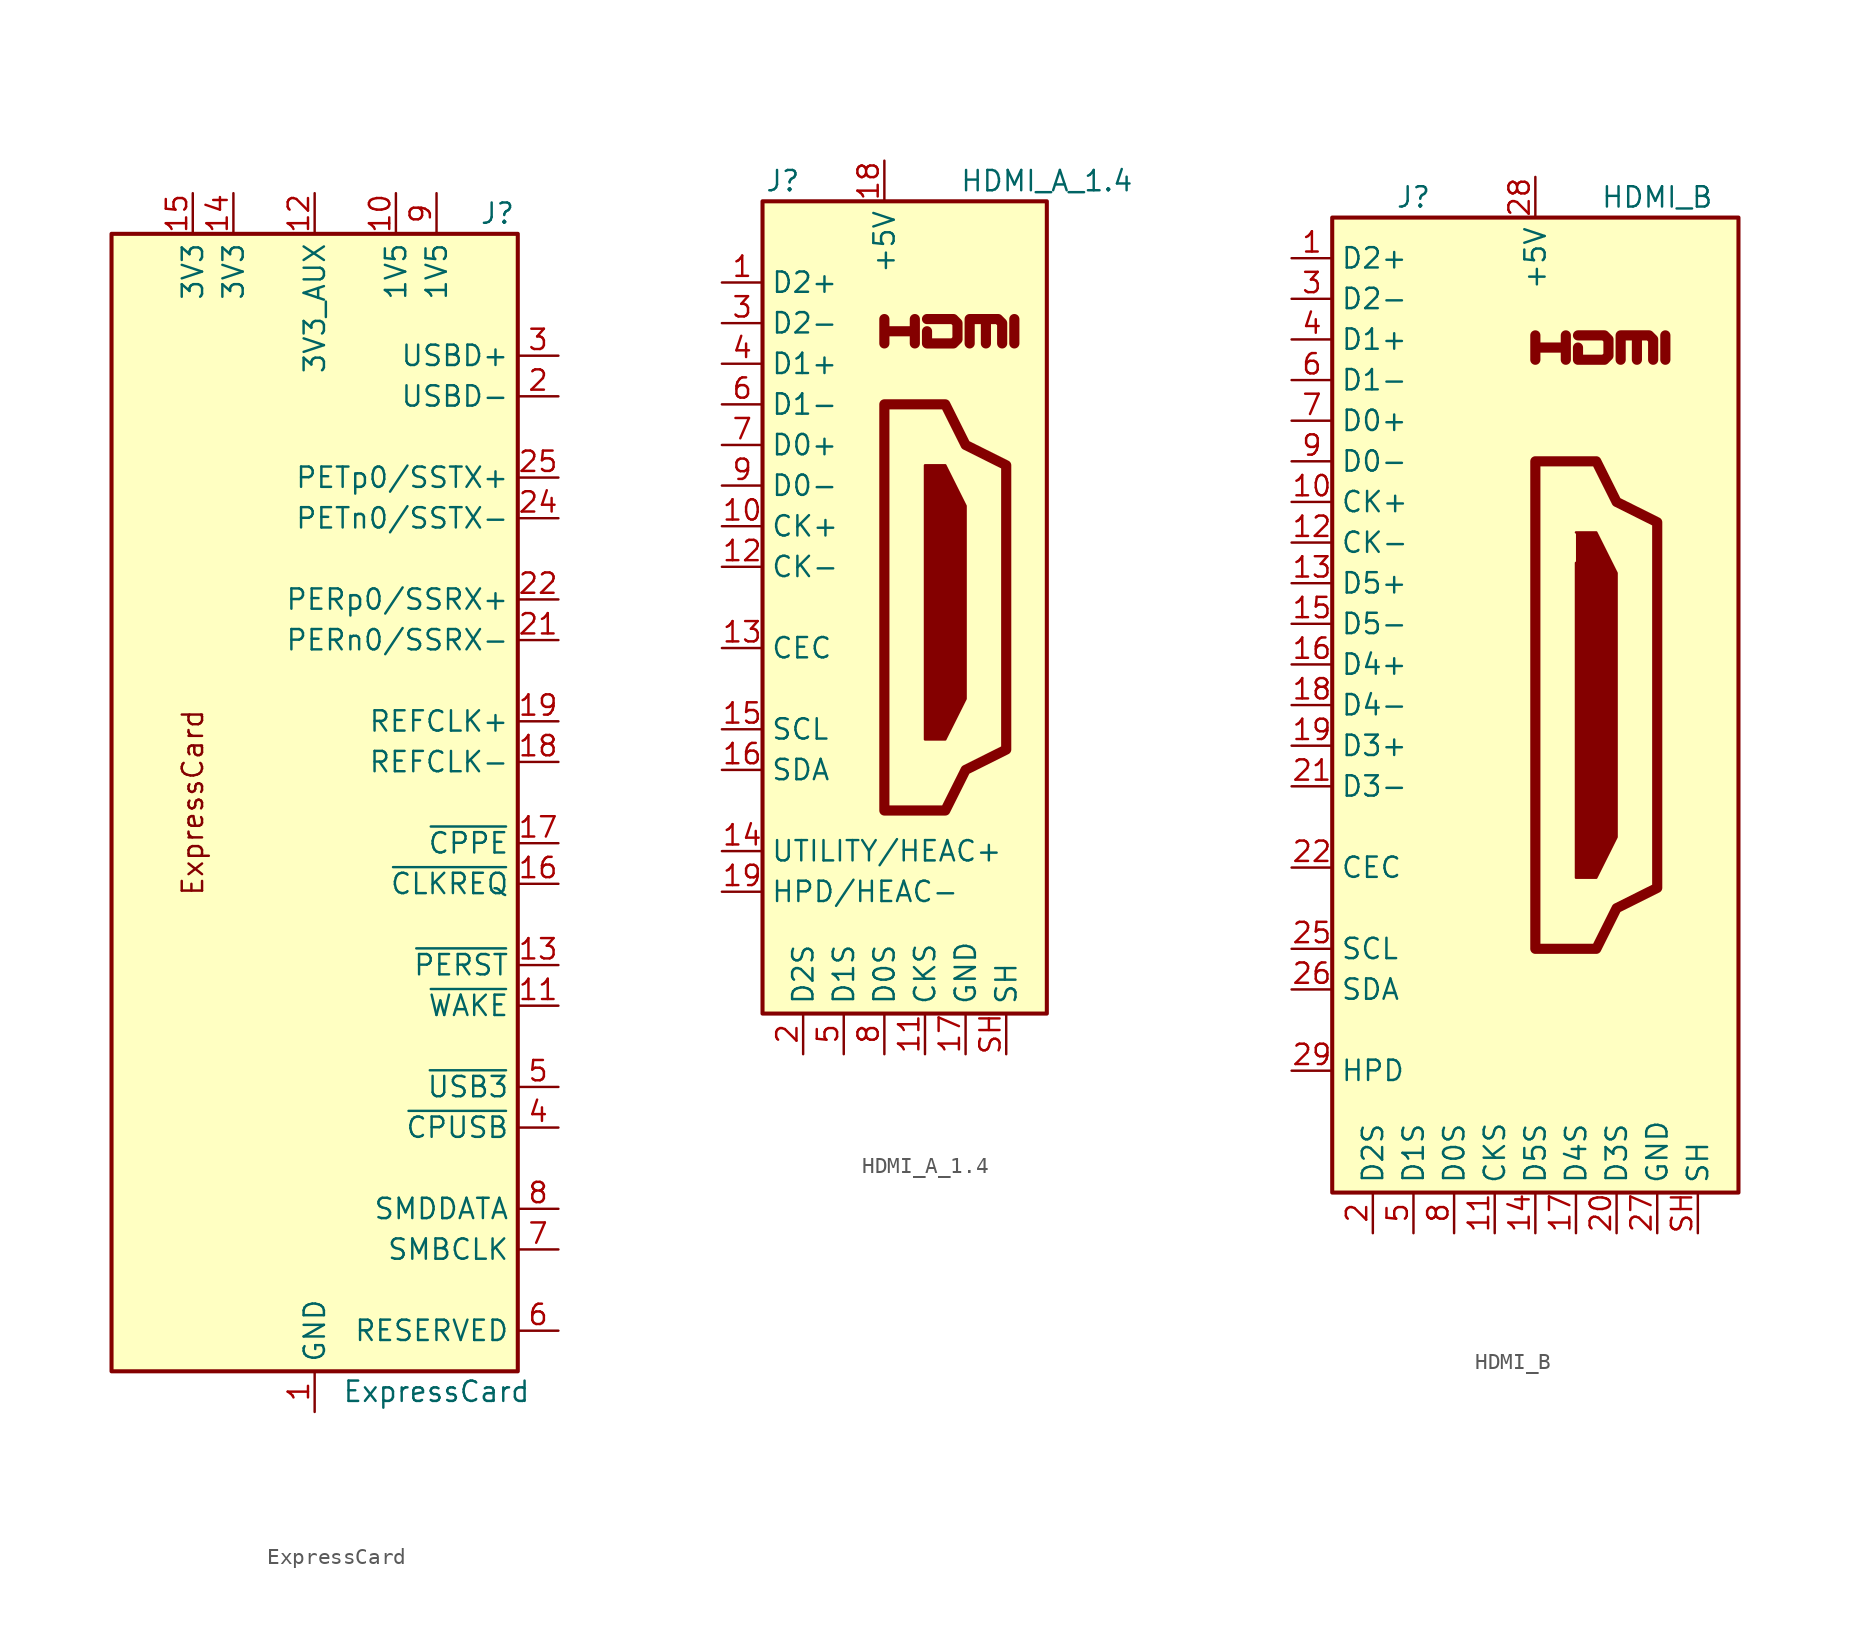
<source format=kicad_sym>
(kicad_symbol_lib
  (version 20241209)
  (generator "kicad_symbol_editor")
  (generator_version "9.0")
  (symbol "ExpressCard"
    (property "Reference" "J"
      (at 11.43 36.83 0)
      (effects (font (size 1.27 1.27))))
    (property "Value" "ExpressCard"
      (at 7.62 -36.83 0)
      (effects (font (size 1.27 1.27))))
    (symbol "ExpressCard_0_0"
      (text "ExpressCard" (at -7.62 0 900) (effects (font (size 1.27 1.27)))))
    (symbol "ExpressCard_0_1"
      (rectangle (start -12.7 35.56) (end 12.7 -35.56) (stroke (width 0.254) (type default)) (fill (type background))))
    (symbol "ExpressCard_1_1"
      (pin power_out line (at -7.62 38.1 270) (length 2.54) (name "3V3" (effects (font (size 1.27 1.27)))) (number "15" (effects (font (size 1.27 1.27)))))
      (pin power_out line (at -5.08 38.1 270) (length 2.54) (name "3V3" (effects (font (size 1.27 1.27)))) (number "14" (effects (font (size 1.27 1.27)))))
      (pin power_out line (at 0 38.1 270) (length 2.54) (name "3V3_AUX" (effects (font (size 1.27 1.27)))) (number "12" (effects (font (size 1.27 1.27)))))
      (pin power_out line (at 0 -38.1 90) (length 2.54) (name "GND" (effects (font (size 1.27 1.27)))) (number "1" (effects (font (size 1.27 1.27)))))
      (pin passive line (at 0 -38.1 90) (length 2.54) (hide yes) (name "GND" (effects (font (size 1.27 1.27)))) (number "20" (effects (font (size 1.27 1.27)))))
      (pin passive line (at 0 -38.1 90) (length 2.54) (hide yes) (name "GND" (effects (font (size 1.27 1.27)))) (number "23" (effects (font (size 1.27 1.27)))))
      (pin passive line (at 0 -38.1 90) (length 2.54) (hide yes) (name "GND" (effects (font (size 1.27 1.27)))) (number "26" (effects (font (size 1.27 1.27)))))
      (pin power_out line (at 5.08 38.1 270) (length 2.54) (name "1V5" (effects (font (size 1.27 1.27)))) (number "10" (effects (font (size 1.27 1.27)))))
      (pin power_out line (at 7.62 38.1 270) (length 2.54) (name "1V5" (effects (font (size 1.27 1.27)))) (number "9" (effects (font (size 1.27 1.27)))))
      (pin bidirectional line (at 15.24 27.94 180) (length 2.54) (name "USBD+" (effects (font (size 1.27 1.27)))) (number "3" (effects (font (size 1.27 1.27)))))
      (pin bidirectional line (at 15.24 25.4 180) (length 2.54) (name "USBD-" (effects (font (size 1.27 1.27)))) (number "2" (effects (font (size 1.27 1.27)))))
      (pin output line (at 15.24 20.32 180) (length 2.54) (name "PETp0/SSTX+" (effects (font (size 1.27 1.27)))) (number "25" (effects (font (size 1.27 1.27)))))
      (pin output line (at 15.24 17.78 180) (length 2.54) (name "PETn0/SSTX-" (effects (font (size 1.27 1.27)))) (number "24" (effects (font (size 1.27 1.27)))))
      (pin input line (at 15.24 12.7 180) (length 2.54) (name "PERp0/SSRX+" (effects (font (size 1.27 1.27)))) (number "22" (effects (font (size 1.27 1.27)))))
      (pin input line (at 15.24 10.16 180) (length 2.54) (name "PERn0/SSRX-" (effects (font (size 1.27 1.27)))) (number "21" (effects (font (size 1.27 1.27)))))
      (pin output line (at 15.24 5.08 180) (length 2.54) (name "REFCLK+" (effects (font (size 1.27 1.27)))) (number "19" (effects (font (size 1.27 1.27)))))
      (pin output line (at 15.24 2.54 180) (length 2.54) (name "REFCLK-" (effects (font (size 1.27 1.27)))) (number "18" (effects (font (size 1.27 1.27)))))
      (pin input line (at 15.24 -2.54 180) (length 2.54) (name "~{CPPE}" (effects (font (size 1.27 1.27)))) (number "17" (effects (font (size 1.27 1.27)))))
      (pin input line (at 15.24 -5.08 180) (length 2.54) (name "~{CLKREQ}" (effects (font (size 1.27 1.27)))) (number "16" (effects (font (size 1.27 1.27)))))
      (pin output line (at 15.24 -10.16 180) (length 2.54) (name "~{PERST}" (effects (font (size 1.27 1.27)))) (number "13" (effects (font (size 1.27 1.27)))))
      (pin input line (at 15.24 -12.7 180) (length 2.54) (name "~{WAKE}" (effects (font (size 1.27 1.27)))) (number "11" (effects (font (size 1.27 1.27)))))
      (pin bidirectional line (at 15.24 -17.78 180) (length 2.54) (name "~{USB3}" (effects (font (size 1.27 1.27)))) (number "5" (effects (font (size 1.27 1.27)))))
      (pin input line (at 15.24 -20.32 180) (length 2.54) (name "~{CPUSB}" (effects (font (size 1.27 1.27)))) (number "4" (effects (font (size 1.27 1.27)))))
      (pin bidirectional line (at 15.24 -25.4 180) (length 2.54) (name "SMDDATA" (effects (font (size 1.27 1.27)))) (number "8" (effects (font (size 1.27 1.27)))))
      (pin output line (at 15.24 -27.94 180) (length 2.54) (name "SMBCLK" (effects (font (size 1.27 1.27)))) (number "7" (effects (font (size 1.27 1.27)))))
      (pin passive line (at 15.24 -33.02 180) (length 2.54) (name "RESERVED" (effects (font (size 1.27 1.27)))) (number "6" (effects (font (size 1.27 1.27)))))))
  (symbol "HDMI_A_1.4"
    (property "Reference" "J"
      (at -6.35 26.67 0)
      (effects (font (size 1.27 1.27))))
    (property "Value" "HDMI_A_1.4"
      (at 10.16 26.67 0)
      (effects (font (size 1.27 1.27))))
    (symbol "HDMI_A_1.4_0_0"
      (polyline (pts (xy 0 16.51) (xy 0 18.034) (xy 0 17.272) (xy 1.905 17.272) (xy 1.905 18.034) (xy 1.905 16.51)) (stroke (width 0.635) (type default)) (fill (type none)))
      (polyline (pts (xy 2.667 18.034) (xy 4.318 18.034) (xy 4.572 17.78) (xy 4.572 16.764) (xy 4.318 16.51) (xy 2.667 16.51) (xy 2.667 17.272)) (stroke (width 0.635) (type default)) (fill (type none)))
      (polyline (pts (xy 8.128 16.51) (xy 8.128 18.034)) (stroke (width 0.635) (type default)) (fill (type none))))
    (symbol "HDMI_A_1.4_0_1"
      (rectangle (start -7.62 25.4) (end 10.16 -25.4) (stroke (width 0.254) (type default)) (fill (type background)))
      (polyline (pts (xy 0 12.7) (xy 0 -12.7) (xy 3.81 -12.7) (xy 5.08 -10.16) (xy 7.62 -8.89) (xy 7.62 8.89) (xy 5.08 10.16) (xy 3.81 12.7) (xy 0 12.7)) (stroke (width 0.635) (type default)) (fill (type none)))
      (polyline (pts (xy 2.54 8.89) (xy 3.81 8.89) (xy 5.08 6.35) (xy 5.08 -5.715) (xy 3.81 -8.255) (xy 2.54 -8.255) (xy 2.54 8.89)) (stroke (width 0) (type default)) (fill (type outline)))
      (polyline (pts (xy 5.334 16.51) (xy 5.334 18.034) (xy 6.35 18.034) (xy 6.35 16.51) (xy 6.35 18.034) (xy 7.112 18.034) (xy 7.366 17.78) (xy 7.366 16.51)) (stroke (width 0.635) (type default)) (fill (type none))))
    (symbol "HDMI_A_1.4_1_1"
      (pin passive line (at -10.16 20.32 0) (length 2.54) (name "D2+" (effects (font (size 1.27 1.27)))) (number "1" (effects (font (size 1.27 1.27)))))
      (pin passive line (at -10.16 17.78 0) (length 2.54) (name "D2-" (effects (font (size 1.27 1.27)))) (number "3" (effects (font (size 1.27 1.27)))))
      (pin passive line (at -10.16 15.24 0) (length 2.54) (name "D1+" (effects (font (size 1.27 1.27)))) (number "4" (effects (font (size 1.27 1.27)))))
      (pin passive line (at -10.16 12.7 0) (length 2.54) (name "D1-" (effects (font (size 1.27 1.27)))) (number "6" (effects (font (size 1.27 1.27)))))
      (pin passive line (at -10.16 10.16 0) (length 2.54) (name "D0+" (effects (font (size 1.27 1.27)))) (number "7" (effects (font (size 1.27 1.27)))))
      (pin passive line (at -10.16 7.62 0) (length 2.54) (name "D0-" (effects (font (size 1.27 1.27)))) (number "9" (effects (font (size 1.27 1.27)))))
      (pin passive line (at -10.16 5.08 0) (length 2.54) (name "CK+" (effects (font (size 1.27 1.27)))) (number "10" (effects (font (size 1.27 1.27)))))
      (pin passive line (at -10.16 2.54 0) (length 2.54) (name "CK-" (effects (font (size 1.27 1.27)))) (number "12" (effects (font (size 1.27 1.27)))))
      (pin bidirectional line (at -10.16 -2.54 0) (length 2.54) (name "CEC" (effects (font (size 1.27 1.27)))) (number "13" (effects (font (size 1.27 1.27)))))
      (pin passive line (at -10.16 -7.62 0) (length 2.54) (name "SCL" (effects (font (size 1.27 1.27)))) (number "15" (effects (font (size 1.27 1.27)))))
      (pin bidirectional line (at -10.16 -10.16 0) (length 2.54) (name "SDA" (effects (font (size 1.27 1.27)))) (number "16" (effects (font (size 1.27 1.27)))))
      (pin passive line (at -10.16 -15.24 0) (length 2.54) (name "UTILITY/HEAC+" (effects (font (size 1.27 1.27)))) (number "14" (effects (font (size 1.27 1.27)))))
      (pin passive line (at -10.16 -17.78 0) (length 2.54) (name "HPD/HEAC-" (effects (font (size 1.27 1.27)))) (number "19" (effects (font (size 1.27 1.27)))))
      (pin power_in line (at -5.08 -27.94 90) (length 2.54) (name "D2S" (effects (font (size 1.27 1.27)))) (number "2" (effects (font (size 1.27 1.27)))))
      (pin power_in line (at -2.54 -27.94 90) (length 2.54) (name "D1S" (effects (font (size 1.27 1.27)))) (number "5" (effects (font (size 1.27 1.27)))))
      (pin power_in line (at 0 27.94 270) (length 2.54) (name "+5V" (effects (font (size 1.27 1.27)))) (number "18" (effects (font (size 1.27 1.27)))))
      (pin power_in line (at 0 -27.94 90) (length 2.54) (name "D0S" (effects (font (size 1.27 1.27)))) (number "8" (effects (font (size 1.27 1.27)))))
      (pin power_in line (at 2.54 -27.94 90) (length 2.54) (name "CKS" (effects (font (size 1.27 1.27)))) (number "11" (effects (font (size 1.27 1.27)))))
      (pin power_in line (at 5.08 -27.94 90) (length 2.54) (name "GND" (effects (font (size 1.27 1.27)))) (number "17" (effects (font (size 1.27 1.27)))))
      (pin passive line (at 7.62 -27.94 90) (length 2.54) (name "SH" (effects (font (size 1.27 1.27)))) (number "SH" (effects (font (size 1.27 1.27)))))))
  (symbol "HDMI_B"
    (property "Reference" "J"
      (at -7.62 31.75 0)
      (effects (font (size 1.27 1.27))))
    (property "Value" "HDMI_B"
      (at 7.62 31.75 0)
      (effects (font (size 1.27 1.27))))
    (symbol "HDMI_B_0_0"
      (polyline (pts (xy 0 21.59) (xy 0 23.114) (xy 0 22.352) (xy 1.905 22.352) (xy 1.905 23.114) (xy 1.905 21.59)) (stroke (width 0.635) (type default)) (fill (type none)))
      (polyline (pts (xy 2.667 23.114) (xy 4.318 23.114) (xy 4.572 22.86) (xy 4.572 21.844) (xy 4.318 21.59) (xy 2.667 21.59) (xy 2.667 22.352)) (stroke (width 0.635) (type default)) (fill (type none)))
      (polyline (pts (xy 8.128 21.59) (xy 8.128 23.114)) (stroke (width 0.635) (type default)) (fill (type none))))
    (symbol "HDMI_B_0_1"
      (rectangle (start -12.7 30.48) (end 12.7 -30.48) (stroke (width 0.254) (type default)) (fill (type background)))
      (polyline (pts (xy 0 15.24) (xy 0 -15.24) (xy 3.81 -15.24) (xy 5.08 -12.7) (xy 7.62 -11.43) (xy 7.62 11.43) (xy 5.08 12.7) (xy 3.81 15.24) (xy 0 15.24)) (stroke (width 0.635) (type default)) (fill (type none)))
      (polyline (pts (xy 2.54 10.795) (xy 3.81 10.795) (xy 5.08 8.255) (xy 5.08 -8.255) (xy 3.81 -10.795) (xy 2.54 -10.795) (xy 2.54 8.89)) (stroke (width 0) (type default)) (fill (type outline)))
      (polyline (pts (xy 5.334 21.59) (xy 5.334 23.114) (xy 6.35 23.114) (xy 6.35 21.59) (xy 6.35 23.114) (xy 7.112 23.114) (xy 7.366 22.86) (xy 7.366 21.59)) (stroke (width 0.635) (type default)) (fill (type none))))
    (symbol "HDMI_B_1_1"
      (pin passive line (at -15.24 27.94 0) (length 2.54) (name "D2+" (effects (font (size 1.27 1.27)))) (number "1" (effects (font (size 1.27 1.27)))))
      (pin passive line (at -15.24 25.4 0) (length 2.54) (name "D2-" (effects (font (size 1.27 1.27)))) (number "3" (effects (font (size 1.27 1.27)))))
      (pin passive line (at -15.24 22.86 0) (length 2.54) (name "D1+" (effects (font (size 1.27 1.27)))) (number "4" (effects (font (size 1.27 1.27)))))
      (pin passive line (at -15.24 20.32 0) (length 2.54) (name "D1-" (effects (font (size 1.27 1.27)))) (number "6" (effects (font (size 1.27 1.27)))))
      (pin passive line (at -15.24 17.78 0) (length 2.54) (name "D0+" (effects (font (size 1.27 1.27)))) (number "7" (effects (font (size 1.27 1.27)))))
      (pin passive line (at -15.24 15.24 0) (length 2.54) (name "D0-" (effects (font (size 1.27 1.27)))) (number "9" (effects (font (size 1.27 1.27)))))
      (pin passive line (at -15.24 12.7 0) (length 2.54) (name "CK+" (effects (font (size 1.27 1.27)))) (number "10" (effects (font (size 1.27 1.27)))))
      (pin passive line (at -15.24 10.16 0) (length 2.54) (name "CK-" (effects (font (size 1.27 1.27)))) (number "12" (effects (font (size 1.27 1.27)))))
      (pin passive line (at -15.24 7.62 0) (length 2.54) (name "D5+" (effects (font (size 1.27 1.27)))) (number "13" (effects (font (size 1.27 1.27)))))
      (pin passive line (at -15.24 5.08 0) (length 2.54) (name "D5-" (effects (font (size 1.27 1.27)))) (number "15" (effects (font (size 1.27 1.27)))))
      (pin passive line (at -15.24 2.54 0) (length 2.54) (name "D4+" (effects (font (size 1.27 1.27)))) (number "16" (effects (font (size 1.27 1.27)))))
      (pin passive line (at -15.24 0 0) (length 2.54) (name "D4-" (effects (font (size 1.27 1.27)))) (number "18" (effects (font (size 1.27 1.27)))))
      (pin passive line (at -15.24 -2.54 0) (length 2.54) (name "D3+" (effects (font (size 1.27 1.27)))) (number "19" (effects (font (size 1.27 1.27)))))
      (pin passive line (at -15.24 -5.08 0) (length 2.54) (name "D3-" (effects (font (size 1.27 1.27)))) (number "21" (effects (font (size 1.27 1.27)))))
      (pin bidirectional line (at -15.24 -10.16 0) (length 2.54) (name "CEC" (effects (font (size 1.27 1.27)))) (number "22" (effects (font (size 1.27 1.27)))))
      (pin passive line (at -15.24 -15.24 0) (length 2.54) (name "SCL" (effects (font (size 1.27 1.27)))) (number "25" (effects (font (size 1.27 1.27)))))
      (pin bidirectional line (at -15.24 -17.78 0) (length 2.54) (name "SDA" (effects (font (size 1.27 1.27)))) (number "26" (effects (font (size 1.27 1.27)))))
      (pin passive line (at -15.24 -22.86 0) (length 2.54) (name "HPD" (effects (font (size 1.27 1.27)))) (number "29" (effects (font (size 1.27 1.27)))))
      (pin no_connect line (at -12.7 -12.7 0) (length 2.54) (hide yes) (name "NC" (effects (font (size 1.27 1.27)))) (number "23" (effects (font (size 1.27 1.27)))))
      (pin no_connect line (at -12.7 -20.32 0) (length 2.54) (hide yes) (name "NC" (effects (font (size 1.27 1.27)))) (number "24" (effects (font (size 1.27 1.27)))))
      (pin power_in line (at -10.16 -33.02 90) (length 2.54) (name "D2S" (effects (font (size 1.27 1.27)))) (number "2" (effects (font (size 1.27 1.27)))))
      (pin power_in line (at -7.62 -33.02 90) (length 2.54) (name "D1S" (effects (font (size 1.27 1.27)))) (number "5" (effects (font (size 1.27 1.27)))))
      (pin power_in line (at -5.08 -33.02 90) (length 2.54) (name "D0S" (effects (font (size 1.27 1.27)))) (number "8" (effects (font (size 1.27 1.27)))))
      (pin power_in line (at -2.54 -33.02 90) (length 2.54) (name "CKS" (effects (font (size 1.27 1.27)))) (number "11" (effects (font (size 1.27 1.27)))))
      (pin power_in line (at 0 33.02 270) (length 2.54) (name "+5V" (effects (font (size 1.27 1.27)))) (number "28" (effects (font (size 1.27 1.27)))))
      (pin power_in line (at 0 -33.02 90) (length 2.54) (name "D5S" (effects (font (size 1.27 1.27)))) (number "14" (effects (font (size 1.27 1.27)))))
      (pin power_in line (at 2.54 -33.02 90) (length 2.54) (name "D4S" (effects (font (size 1.27 1.27)))) (number "17" (effects (font (size 1.27 1.27)))))
      (pin power_in line (at 5.08 -33.02 90) (length 2.54) (name "D3S" (effects (font (size 1.27 1.27)))) (number "20" (effects (font (size 1.27 1.27)))))
      (pin power_in line (at 7.62 -33.02 90) (length 2.54) (name "GND" (effects (font (size 1.27 1.27)))) (number "27" (effects (font (size 1.27 1.27)))))
      (pin passive line (at 10.16 -33.02 90) (length 2.54) (name "SH" (effects (font (size 1.27 1.27)))) (number "SH" (effects (font (size 1.27 1.27))))))))
</source>
